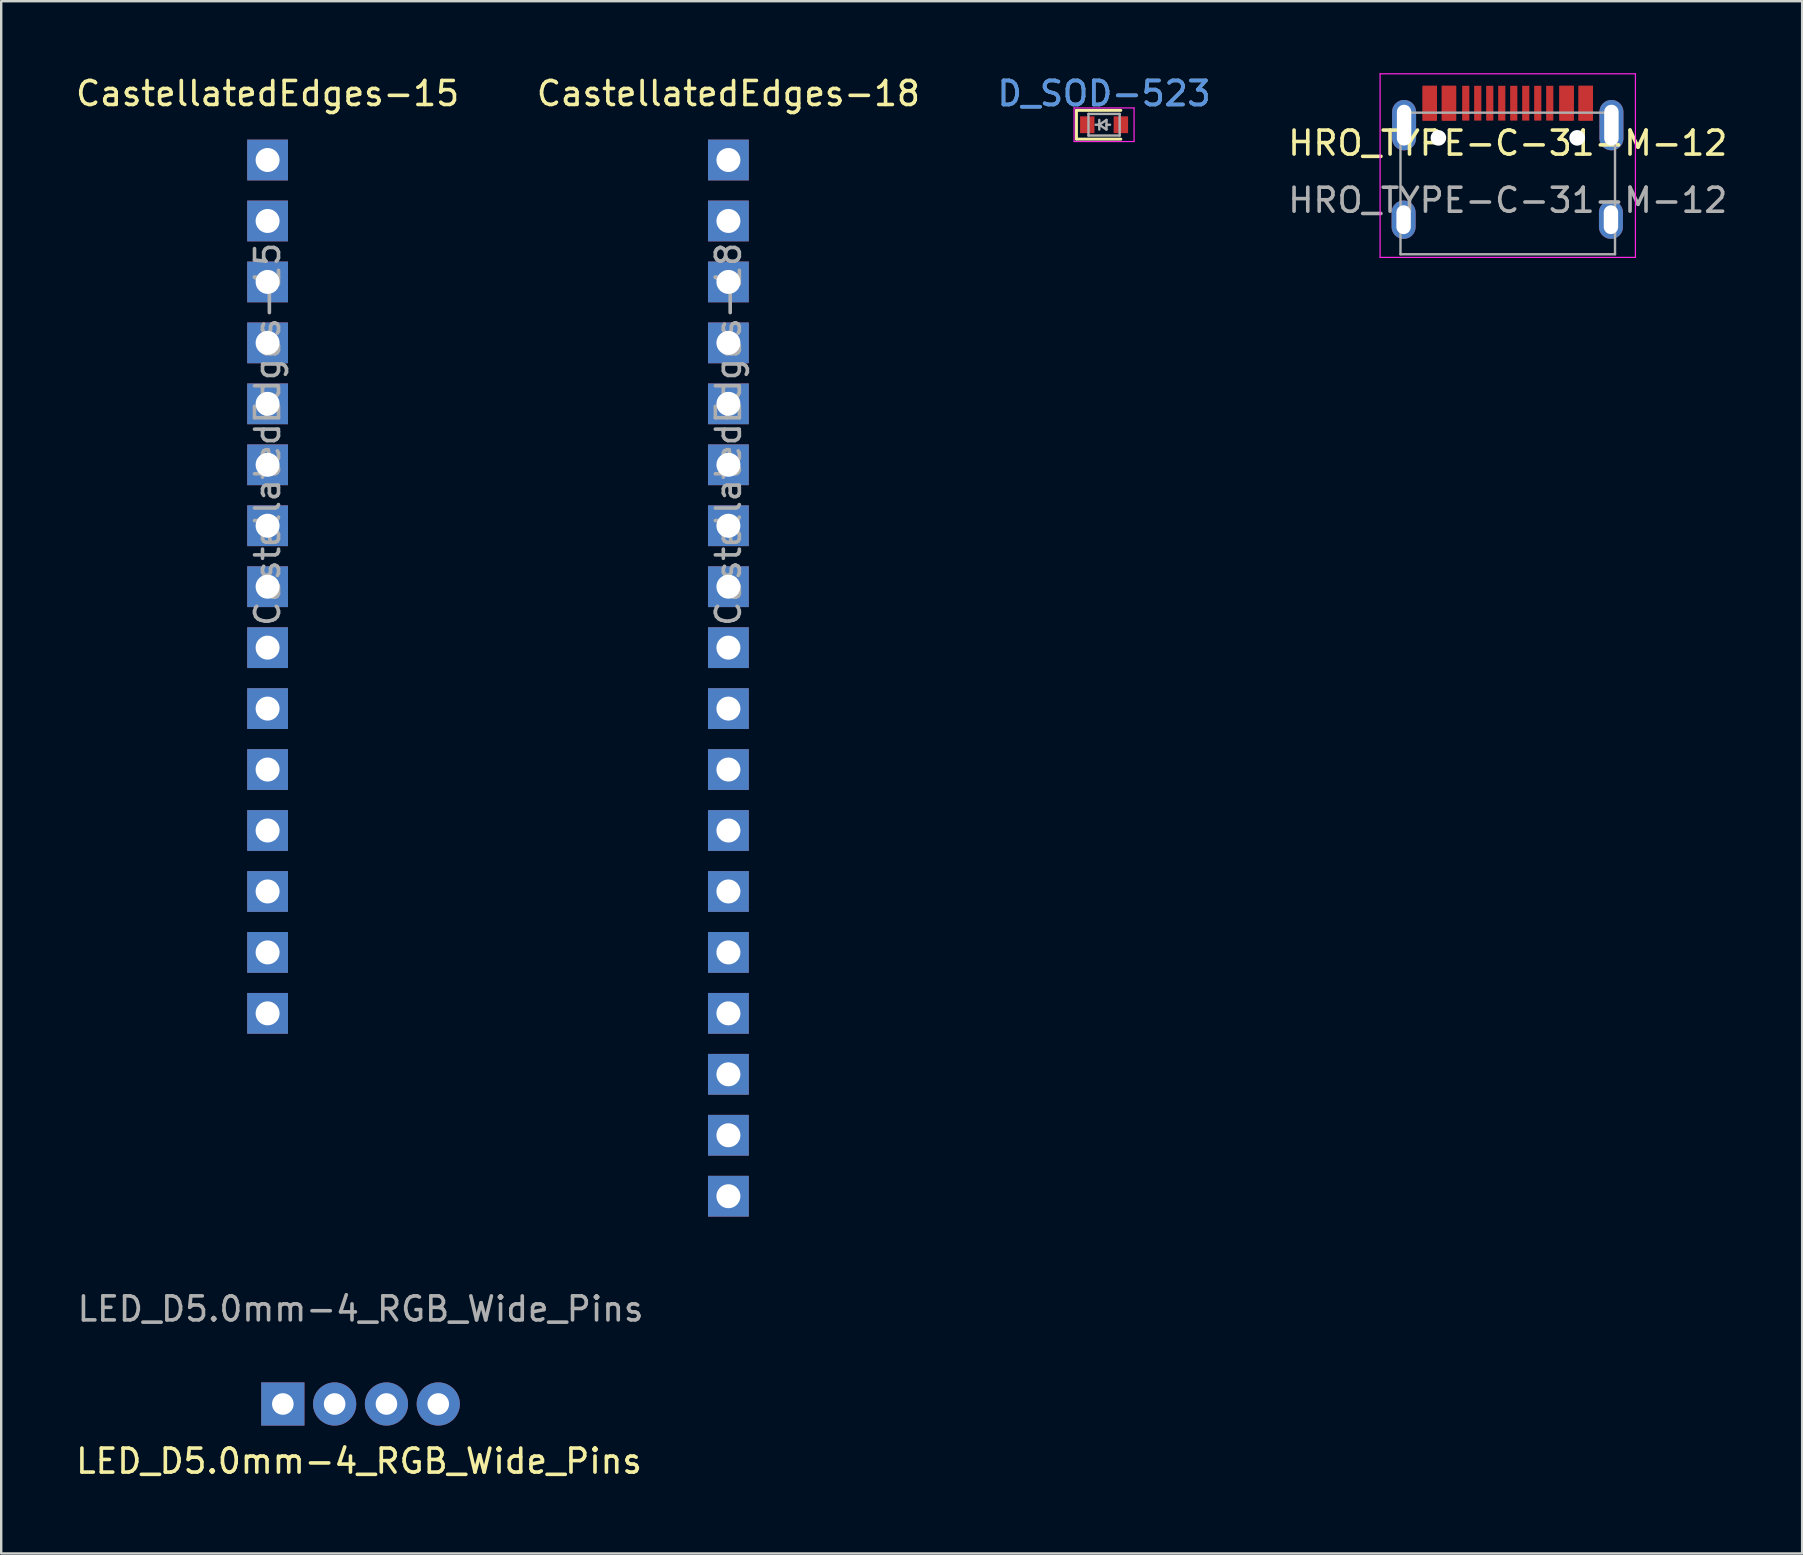
<source format=kicad_pcb>
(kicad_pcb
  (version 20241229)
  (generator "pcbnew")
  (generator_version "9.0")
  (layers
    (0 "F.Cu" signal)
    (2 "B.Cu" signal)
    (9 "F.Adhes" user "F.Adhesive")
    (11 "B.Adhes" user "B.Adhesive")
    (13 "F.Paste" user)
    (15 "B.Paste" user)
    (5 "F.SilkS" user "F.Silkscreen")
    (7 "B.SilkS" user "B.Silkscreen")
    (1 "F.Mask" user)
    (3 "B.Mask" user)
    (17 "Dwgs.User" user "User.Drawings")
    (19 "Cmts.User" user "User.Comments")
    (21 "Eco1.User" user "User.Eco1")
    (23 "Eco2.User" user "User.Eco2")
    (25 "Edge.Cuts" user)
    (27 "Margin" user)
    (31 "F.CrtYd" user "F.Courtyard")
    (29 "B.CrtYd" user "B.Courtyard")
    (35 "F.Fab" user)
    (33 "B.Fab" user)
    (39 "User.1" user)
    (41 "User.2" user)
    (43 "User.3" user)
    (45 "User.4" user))
  (footprint "CastellatedEdges-15"
    (layer "F.Cu")
    (at 8.101 3.618)
    (property "Reference" "CastellatedEdges-15" (at 0 -2.77 0) (layer "F.SilkS") (effects (font (size 1 1) (thickness 0.15))))
    (attr through_hole)
    (fp_text user "${REFERENCE}" (at 0 11.43 90) (layer "F.Fab") (effects (font (size 1 1) (thickness 0.15))))
    (pad "1" thru_hole rect (at 0 0) (size 1.7 1.7) (drill 1) (layers "*.Cu" "*.Mask"))
    (pad "2" thru_hole rect (at 0 2.54) (size 1.7 1.7) (drill 1) (layers "*.Cu" "*.Mask"))
    (pad "3" thru_hole rect (at 0 5.08) (size 1.7 1.7) (drill 1) (layers "*.Cu" "*.Mask"))
    (pad "4" thru_hole rect (at 0 7.62) (size 1.7 1.7) (drill 1) (layers "*.Cu" "*.Mask"))
    (pad "5" thru_hole rect (at 0 10.16) (size 1.7 1.7) (drill 1) (layers "*.Cu" "*.Mask"))
    (pad "6" thru_hole rect (at 0 12.7) (size 1.7 1.7) (drill 1) (layers "*.Cu" "*.Mask"))
    (pad "7" thru_hole rect (at 0 15.24) (size 1.7 1.7) (drill 1) (layers "*.Cu" "*.Mask"))
    (pad "8" thru_hole rect (at 0 17.78) (size 1.7 1.7) (drill 1) (layers "*.Cu" "*.Mask"))
    (pad "9" thru_hole rect (at 0 20.32) (size 1.7 1.7) (drill 1) (layers "*.Cu" "*.Mask"))
    (pad "10" thru_hole rect (at 0 22.86) (size 1.7 1.7) (drill 1) (layers "*.Cu" "*.Mask"))
    (pad "11" thru_hole rect (at 0 25.4) (size 1.7 1.7) (drill 1) (layers "*.Cu" "*.Mask"))
    (pad "12" thru_hole rect (at 0 27.94) (size 1.7 1.7) (drill 1) (layers "*.Cu" "*.Mask"))
    (pad "13" thru_hole rect (at 0 30.48) (size 1.7 1.7) (drill 1) (layers "*.Cu" "*.Mask"))
    (pad "14" thru_hole rect (at 0 33.02) (size 1.7 1.7) (drill 1) (layers "*.Cu" "*.Mask"))
    (pad "15" thru_hole rect (at 0 35.56) (size 1.7 1.7) (drill 1) (layers "*.Cu" "*.Mask")))
  (footprint "D_SOD-523"
    (layer "F.Cu")
    (at 42.958 2.148)
    (property "Reference" "D_SOD-523" (at 0 -1.3 0) (layer "Cmts.User") (effects (font (size 1 1) (thickness 0.15))))
    (attr smd)
    (fp_line (start -1.15 -0.6) (end -1.15 0.6) (stroke (width 0.12) (type solid)) (layer "F.SilkS"))
    (fp_line (start 0.7 -0.6) (end -1.15 -0.6) (stroke (width 0.12) (type solid)) (layer "F.SilkS"))
    (fp_line (start 0.7 0.6) (end -1.15 0.6) (stroke (width 0.12) (type solid)) (layer "F.SilkS"))
    (fp_line (start -1.25 -0.7) (end 1.25 -0.7) (stroke (width 0.05) (type solid)) (layer "F.CrtYd"))
    (fp_line (start -1.25 0.7) (end -1.25 -0.7) (stroke (width 0.05) (type solid)) (layer "F.CrtYd"))
    (fp_line (start 1.25 -0.7) (end 1.25 0.7) (stroke (width 0.05) (type solid)) (layer "F.CrtYd"))
    (fp_line (start 1.25 0.7) (end -1.25 0.7) (stroke (width 0.05) (type solid)) (layer "F.CrtYd"))
    (fp_line (start -0.65 -0.45) (end 0.65 -0.45) (stroke (width 0.1) (type solid)) (layer "F.Fab"))
    (fp_line (start -0.65 0.45) (end -0.65 -0.45) (stroke (width 0.1) (type solid)) (layer "F.Fab"))
    (fp_line (start -0.2 0) (end -0.35 0) (stroke (width 0.1) (type solid)) (layer "F.Fab"))
    (fp_line (start -0.2 0) (end 0.1 0.2) (stroke (width 0.1) (type solid)) (layer "F.Fab"))
    (fp_line (start -0.2 0.2) (end -0.2 -0.2) (stroke (width 0.1) (type solid)) (layer "F.Fab"))
    (fp_line (start 0.1 -0.2) (end -0.2 0) (stroke (width 0.1) (type solid)) (layer "F.Fab"))
    (fp_line (start 0.1 0) (end 0.25 0) (stroke (width 0.1) (type solid)) (layer "F.Fab"))
    (fp_line (start 0.1 0.2) (end 0.1 -0.2) (stroke (width 0.1) (type solid)) (layer "F.Fab"))
    (fp_line (start 0.65 -0.45) (end 0.65 0.45) (stroke (width 0.1) (type solid)) (layer "F.Fab"))
    (fp_line (start 0.65 0.45) (end -0.65 0.45) (stroke (width 0.1) (type solid)) (layer "F.Fab"))
    (fp_text user "${REFERENCE}" (at 0 -1.3 0) (layer "F.Fab") (effects (font (size 1 1) (thickness 0.15))))
    (pad "1" smd rect (at -0.7 0 180) (size 0.6 0.7) (layers "F.Cu" "F.Mask" "F.Paste"))
    (pad "2" smd rect (at 0.7 0 180) (size 0.6 0.7) (layers "F.Cu" "F.Mask" "F.Paste")))
  (footprint "LED_D5.0mm-4_RGB_Wide_Pins"
    (layer "F.Cu")
    (at 8.736 55.456)
    (property "Reference" "LED_D5.0mm-4_RGB_Wide_Pins" (at 3.175 2.381 180) (layer "F.SilkS") (effects (font (size 1 1) (thickness 0.15))))
    (attr through_hole)
    (fp_text user "${REFERENCE}" (at 3.239 -3.96 180) (layer "F.Fab") (effects (font (size 1 1) (thickness 0.15))))
    (pad "1" thru_hole rect (at 0 0) (size 1.8 1.8) (drill 0.9) (layers "*.Cu" "*.Mask"))
    (pad "2" thru_hole circle (at 2.159 0) (size 1.8 1.8) (drill 0.9) (layers "*.Cu" "*.Mask"))
    (pad "3" thru_hole circle (at 4.318 0) (size 1.8 1.8) (drill 0.9) (layers "*.Cu" "*.Mask"))
    (pad "4" thru_hole circle (at 6.477 0) (size 1.8 1.8) (drill 0.9) (layers "*.Cu" "*.Mask")))
  (footprint "HRO_TYPE-C-31-M-12"
    (layer "F.Cu")
    (at 59.78 5.295)
    (property "Reference" "HRO_TYPE-C-31-M-12" (at 0 -2.381 0) (layer "F.SilkS") (effects (font (size 1 1) (thickness 0.15))))
    (attr smd)
    (fp_line (start -5.32 -5.27) (end -5.32 2.381) (stroke (width 0.05) (type solid)) (layer "F.CrtYd"))
    (fp_line (start -5.32 -5.27) (end 5.32 -5.27) (stroke (width 0.05) (type solid)) (layer "F.CrtYd"))
    (fp_line (start -5.32 2.381) (end 5.32 2.381) (stroke (width 0.05) (type solid)) (layer "F.CrtYd"))
    (fp_line (start 5.32 -5.27) (end 5.32 2.381) (stroke (width 0.05) (type solid)) (layer "F.CrtYd"))
    (fp_line (start -4.47 -3.65) (end -4.47 2.25) (stroke (width 0.1) (type solid)) (layer "F.Fab"))
    (fp_line (start -4.47 -3.65) (end 4.47 -3.65) (stroke (width 0.1) (type solid)) (layer "F.Fab"))
    (fp_line (start -4.47 2.25) (end 4.47 2.25) (stroke (width 0.1) (type solid)) (layer "F.Fab"))
    (fp_line (start 4.47 -3.65) (end 4.47 2.25) (stroke (width 0.1) (type solid)) (layer "F.Fab"))
    (fp_text user "${REFERENCE}" (at 0 0 0) (layer "F.Fab") (effects (font (size 1 1) (thickness 0.15))))
    (pad "" np_thru_hole circle (at -2.89 -2.6) (size 0.65 0.65) (drill 0.65) (layers "*.Cu" "*.Mask"))
    (pad "" np_thru_hole circle (at 2.89 -2.6) (size 0.65 0.65) (drill 0.65) (layers "*.Cu" "*.Mask"))
    (pad "A1" smd rect (at -3.25 -4.045) (size 0.6 1.45) (layers "F.Cu" "F.Mask" "F.Paste"))
    (pad "A4" smd rect (at -2.45 -4.045) (size 0.6 1.45) (layers "F.Cu" "F.Mask" "F.Paste"))
    (pad "A5" smd rect (at -1.25 -4.045) (size 0.3 1.45) (layers "F.Cu" "F.Mask" "F.Paste"))
    (pad "A6" smd rect (at -0.25 -4.045) (size 0.3 1.45) (layers "F.Cu" "F.Mask" "F.Paste"))
    (pad "A7" smd rect (at 0.25 -4.045) (size 0.3 1.45) (layers "F.Cu" "F.Mask" "F.Paste"))
    (pad "A8" smd rect (at 1.25 -4.045) (size 0.3 1.45) (layers "F.Cu" "F.Mask" "F.Paste"))
    (pad "A9" smd rect (at 2.45 -4.045) (size 0.6 1.45) (layers "F.Cu" "F.Mask" "F.Paste"))
    (pad "A12" smd rect (at 3.25 -4.045) (size 0.6 1.45) (layers "F.Cu" "F.Mask" "F.Paste"))
    (pad "B1" smd rect (at 3.25 -4.045) (size 0.6 1.45) (layers "F.Cu" "F.Mask" "F.Paste"))
    (pad "B4" smd rect (at 2.45 -4.045) (size 0.6 1.45) (layers "F.Cu" "F.Mask" "F.Paste"))
    (pad "B5" smd rect (at 1.75 -4.045) (size 0.3 1.45) (layers "F.Cu" "F.Mask" "F.Paste"))
    (pad "B6" smd rect (at 0.75 -4.045) (size 0.3 1.45) (layers "F.Cu" "F.Mask" "F.Paste"))
    (pad "B7" smd rect (at -0.75 -4.045) (size 0.3 1.45) (layers "F.Cu" "F.Mask" "F.Paste"))
    (pad "B8" smd rect (at -1.75 -4.045) (size 0.3 1.45) (layers "F.Cu" "F.Mask" "F.Paste"))
    (pad "B9" smd rect (at -2.45 -4.045) (size 0.6 1.45) (layers "F.Cu" "F.Mask" "F.Paste"))
    (pad "B12" smd rect (at -3.25 -4.045) (size 0.6 1.45) (layers "F.Cu" "F.Mask" "F.Paste"))
    (pad "S1" thru_hole oval (at -4.34 0.81) (size 1 1.6) (drill oval 0.6 1.2) (layers "*.Cu" "*.Mask"))
    (pad "S1" thru_hole oval (at -4.32 -3.13) (size 1 2.1) (drill oval 0.6 1.7) (layers "*.Cu" "*.Mask"))
    (pad "S1" thru_hole oval (at 4.3 0.81) (size 1 1.6) (drill oval 0.6 1.2) (layers "*.Cu" "*.Mask"))
    (pad "S1" thru_hole oval (at 4.32 -3.13) (size 1 2.1) (drill oval 0.6 1.7) (layers "*.Cu" "*.Mask")))
  (footprint "CastellatedEdges-18"
    (layer "F.Cu")
    (at 27.304 3.618)
    (property "Reference" "CastellatedEdges-18" (at 0 -2.77 0) (layer "F.SilkS") (effects (font (size 1 1) (thickness 0.15))))
    (attr through_hole)
    (fp_text user "${REFERENCE}" (at 0 11.43 90) (layer "F.Fab") (effects (font (size 1 1) (thickness 0.15))))
    (pad "1" thru_hole rect (at 0 0) (size 1.7 1.7) (drill 1) (layers "*.Cu" "*.Mask"))
    (pad "2" thru_hole rect (at 0 2.54) (size 1.7 1.7) (drill 1) (layers "*.Cu" "*.Mask"))
    (pad "3" thru_hole rect (at 0 5.08) (size 1.7 1.7) (drill 1) (layers "*.Cu" "*.Mask"))
    (pad "4" thru_hole rect (at 0 7.62) (size 1.7 1.7) (drill 1) (layers "*.Cu" "*.Mask"))
    (pad "5" thru_hole rect (at 0 10.16) (size 1.7 1.7) (drill 1) (layers "*.Cu" "*.Mask"))
    (pad "6" thru_hole rect (at 0 12.7) (size 1.7 1.7) (drill 1) (layers "*.Cu" "*.Mask"))
    (pad "7" thru_hole rect (at 0 15.24) (size 1.7 1.7) (drill 1) (layers "*.Cu" "*.Mask"))
    (pad "8" thru_hole rect (at 0 17.78) (size 1.7 1.7) (drill 1) (layers "*.Cu" "*.Mask"))
    (pad "9" thru_hole rect (at 0 20.32) (size 1.7 1.7) (drill 1) (layers "*.Cu" "*.Mask"))
    (pad "10" thru_hole rect (at 0 22.86) (size 1.7 1.7) (drill 1) (layers "*.Cu" "*.Mask"))
    (pad "11" thru_hole rect (at 0 25.4) (size 1.7 1.7) (drill 1) (layers "*.Cu" "*.Mask"))
    (pad "12" thru_hole rect (at 0 27.94) (size 1.7 1.7) (drill 1) (layers "*.Cu" "*.Mask"))
    (pad "13" thru_hole rect (at 0 30.48) (size 1.7 1.7) (drill 1) (layers "*.Cu" "*.Mask"))
    (pad "14" thru_hole rect (at 0 33.02) (size 1.7 1.7) (drill 1) (layers "*.Cu" "*.Mask"))
    (pad "15" thru_hole rect (at 0 35.56) (size 1.7 1.7) (drill 1) (layers "*.Cu" "*.Mask"))
    (pad "16" thru_hole rect (at 0 38.1) (size 1.7 1.7) (drill 1) (layers "*.Cu" "*.Mask"))
    (pad "17" thru_hole rect (at 0 40.64) (size 1.7 1.7) (drill 1) (layers "*.Cu" "*.Mask"))
    (pad "18" thru_hole rect (at 0 43.18) (size 1.7 1.7) (drill 1) (layers "*.Cu" "*.Mask")))
  (gr_rect
    (start -3 -3)
    (end 72.048 61.686)
    (stroke (width 0.1) (type default))
    (fill no)
    (layer "Edge.Cuts")))
</source>
